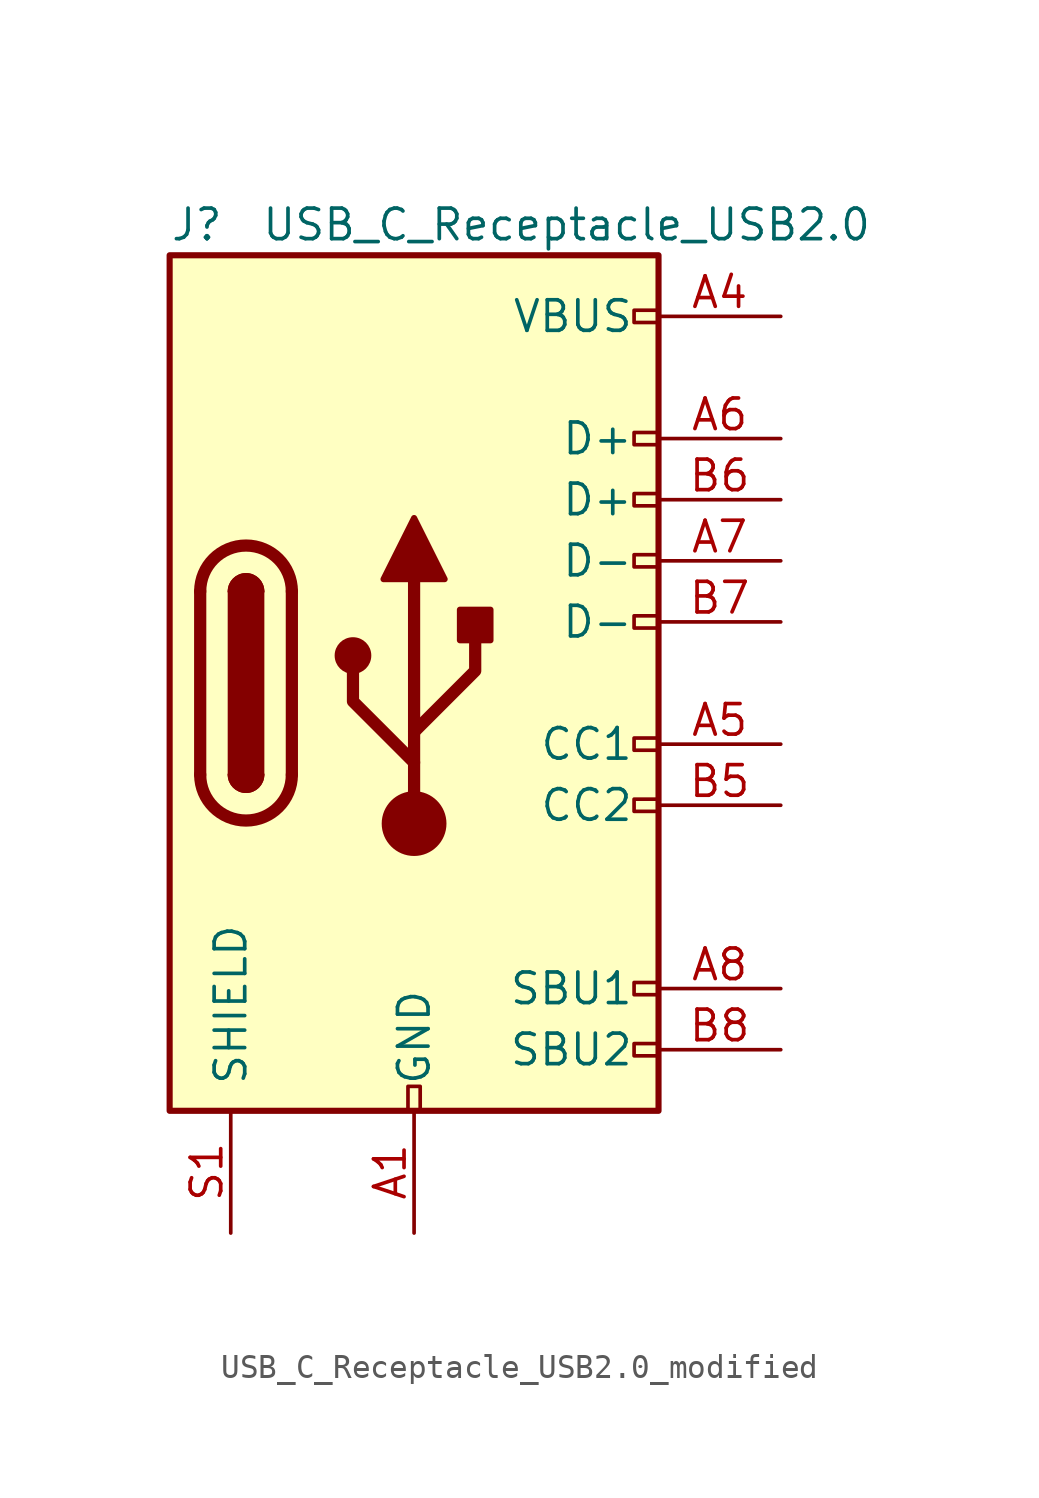
<source format=kicad_sym>
(kicad_symbol_lib
  (version 20220914)
  (generator kicad_symbol_editor)
  (symbol "USB_C_Receptacle_USB2.0_modified"
    (pin_names
      (offset 1.016))
    (property "Reference" "J"
      (at -10.16 19.05 0)
      (effects (font (size 1.27 1.27)) (justify left)))
    (property "Value" "USB_C_Receptacle_USB2.0"
      (at 19.05 19.05 0)
      (effects (font (size 1.27 1.27)) (justify right)))
    (symbol "USB_C_Receptacle_USB2.0_modified_0_0"
      (rectangle (start -0.254 -17.78) (end 0.254 -16.764) (stroke (width 0) (type default)) (fill (type none)))
      (rectangle (start 9.144 5.334) (end 10.16 4.826) (stroke (width 0) (type default)) (fill (type none)))
      (rectangle (start 10.16 -14.986) (end 9.144 -15.494) (stroke (width 0) (type default)) (fill (type none)))
      (rectangle (start 10.16 -12.446) (end 9.144 -12.954) (stroke (width 0) (type default)) (fill (type none)))
      (rectangle (start 10.16 -4.826) (end 9.144 -5.334) (stroke (width 0) (type default)) (fill (type none)))
      (rectangle (start 10.16 -2.286) (end 9.144 -2.794) (stroke (width 0) (type default)) (fill (type none)))
      (rectangle (start 10.16 2.794) (end 9.144 2.286) (stroke (width 0) (type default)) (fill (type none)))
      (rectangle (start 10.16 7.874) (end 9.144 7.366) (stroke (width 0) (type default)) (fill (type none)))
      (rectangle (start 10.16 10.414) (end 9.144 9.906) (stroke (width 0) (type default)) (fill (type none)))
      (rectangle (start 10.16 15.494) (end 9.144 14.986) (stroke (width 0) (type default)) (fill (type none))))
    (symbol "USB_C_Receptacle_USB2.0_modified_0_1"
      (rectangle (start -10.16 17.78) (end 10.16 -17.78) (stroke (width 0.254) (type default)) (fill (type background)))
      (arc (start -8.89 -3.81) (mid -6.985 -5.7067) (end -5.08 -3.81) (stroke (width 0.508) (type default)) (fill (type none)))
      (arc (start -7.62 -3.81) (mid -6.985 -4.4423) (end -6.35 -3.81) (stroke (width 0.254) (type default)) (fill (type none)))
      (arc (start -7.62 -3.81) (mid -6.985 -4.4423) (end -6.35 -3.81) (stroke (width 0.254) (type default)) (fill (type outline)))
      (rectangle (start -7.62 -3.81) (end -6.35 3.81) (stroke (width 0.254) (type default)) (fill (type outline)))
      (arc (start -6.35 3.81) (mid -6.985 4.4423) (end -7.62 3.81) (stroke (width 0.254) (type default)) (fill (type none)))
      (arc (start -6.35 3.81) (mid -6.985 4.4423) (end -7.62 3.81) (stroke (width 0.254) (type default)) (fill (type outline)))
      (arc (start -5.08 3.81) (mid -6.985 5.7067) (end -8.89 3.81) (stroke (width 0.508) (type default)) (fill (type none)))
      (circle (center -2.54 1.143) (radius 0.635) (stroke (width 0.254) (type default)) (fill (type outline)))
      (circle (center 0 -5.842) (radius 1.27) (stroke (width 0) (type default)) (fill (type outline)))
      (polyline (pts (xy -8.89 -3.81) (xy -8.89 3.81)) (stroke (width 0.508) (type default)) (fill (type none)))
      (polyline (pts (xy -5.08 3.81) (xy -5.08 -3.81)) (stroke (width 0.508) (type default)) (fill (type none)))
      (polyline (pts (xy 0 -5.842) (xy 0 4.318)) (stroke (width 0.508) (type default)) (fill (type none)))
      (polyline (pts (xy 0 -3.302) (xy -2.54 -0.762) (xy -2.54 0.508)) (stroke (width 0.508) (type default)) (fill (type none)))
      (polyline (pts (xy 0 -2.032) (xy 2.54 0.508) (xy 2.54 1.778)) (stroke (width 0.508) (type default)) (fill (type none)))
      (polyline (pts (xy -1.27 4.318) (xy 0 6.858) (xy 1.27 4.318) (xy -1.27 4.318)) (stroke (width 0.254) (type default)) (fill (type outline)))
      (rectangle (start 1.905 1.778) (end 3.175 3.048) (stroke (width 0.254) (type default)) (fill (type outline))))
    (symbol "USB_C_Receptacle_USB2.0_modified_1_1"
      (pin passive line (at 0 -22.86 90) (length 5.08) (name "GND" (effects (font (size 1.27 1.27)))) (number "A1" (effects (font (size 1.27 1.27)))))
      (pin passive line (at 0 -22.86 90) (length 5.08) hide (name "GND" (effects (font (size 1.27 1.27)))) (number "A12" (effects (font (size 1.27 1.27)))))
      (pin passive line (at 15.24 15.24 180) (length 5.08) (name "VBUS" (effects (font (size 1.27 1.27)))) (number "A4" (effects (font (size 1.27 1.27)))))
      (pin bidirectional line (at 15.24 -2.54 180) (length 5.08) (name "CC1" (effects (font (size 1.27 1.27)))) (number "A5" (effects (font (size 1.27 1.27)))))
      (pin bidirectional line (at 15.24 10.16 180) (length 5.08) (name "D+" (effects (font (size 1.27 1.27)))) (number "A6" (effects (font (size 1.27 1.27)))))
      (pin bidirectional line (at 15.24 5.08 180) (length 5.08) (name "D-" (effects (font (size 1.27 1.27)))) (number "A7" (effects (font (size 1.27 1.27)))))
      (pin bidirectional line (at 15.24 -12.7 180) (length 5.08) (name "SBU1" (effects (font (size 1.27 1.27)))) (number "A8" (effects (font (size 1.27 1.27)))))
      (pin passive line (at 15.24 15.24 180) (length 5.08) hide (name "VBUS" (effects (font (size 1.27 1.27)))) (number "A9" (effects (font (size 1.27 1.27)))))
      (pin passive line (at 0 -22.86 90) (length 5.08) hide (name "GND" (effects (font (size 1.27 1.27)))) (number "B1" (effects (font (size 1.27 1.27)))))
      (pin passive line (at 0 -22.86 90) (length 5.08) hide (name "GND" (effects (font (size 1.27 1.27)))) (number "B12" (effects (font (size 1.27 1.27)))))
      (pin passive line (at 15.24 15.24 180) (length 5.08) hide (name "VBUS" (effects (font (size 1.27 1.27)))) (number "B4" (effects (font (size 1.27 1.27)))))
      (pin bidirectional line (at 15.24 -5.08 180) (length 5.08) (name "CC2" (effects (font (size 1.27 1.27)))) (number "B5" (effects (font (size 1.27 1.27)))))
      (pin bidirectional line (at 15.24 7.62 180) (length 5.08) (name "D+" (effects (font (size 1.27 1.27)))) (number "B6" (effects (font (size 1.27 1.27)))))
      (pin bidirectional line (at 15.24 2.54 180) (length 5.08) (name "D-" (effects (font (size 1.27 1.27)))) (number "B7" (effects (font (size 1.27 1.27)))))
      (pin bidirectional line (at 15.24 -15.24 180) (length 5.08) (name "SBU2" (effects (font (size 1.27 1.27)))) (number "B8" (effects (font (size 1.27 1.27)))))
      (pin passive line (at 15.24 15.24 180) (length 5.08) hide (name "VBUS" (effects (font (size 1.27 1.27)))) (number "B9" (effects (font (size 1.27 1.27)))))
      (pin passive line (at -7.62 -22.86 90) (length 5.08) (name "SHIELD" (effects (font (size 1.27 1.27)))) (number "S1" (effects (font (size 1.27 1.27))))))))
</source>
